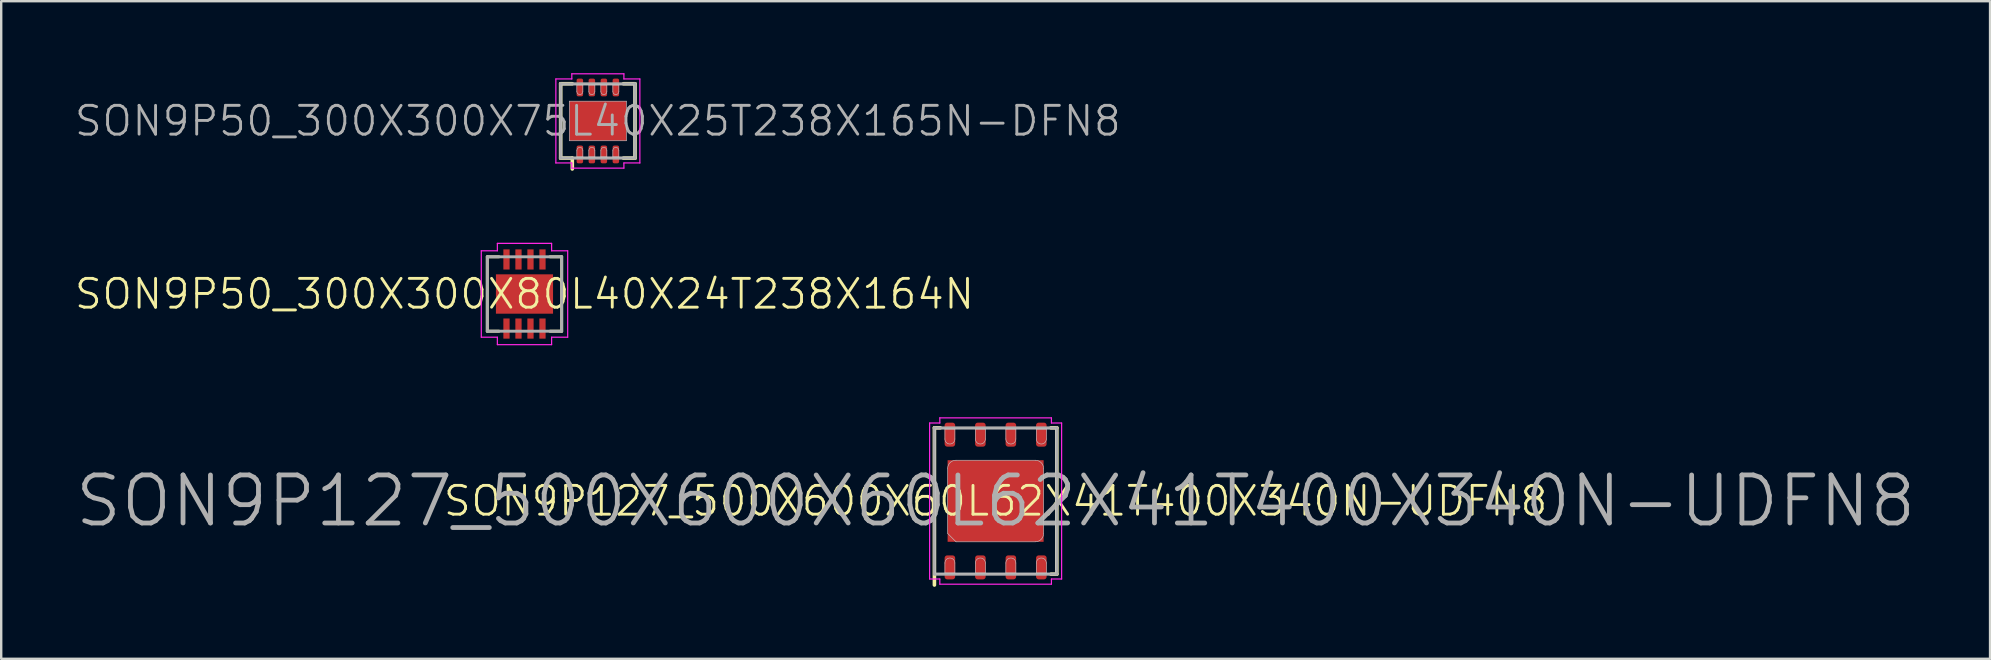
<source format=kicad_pcb>
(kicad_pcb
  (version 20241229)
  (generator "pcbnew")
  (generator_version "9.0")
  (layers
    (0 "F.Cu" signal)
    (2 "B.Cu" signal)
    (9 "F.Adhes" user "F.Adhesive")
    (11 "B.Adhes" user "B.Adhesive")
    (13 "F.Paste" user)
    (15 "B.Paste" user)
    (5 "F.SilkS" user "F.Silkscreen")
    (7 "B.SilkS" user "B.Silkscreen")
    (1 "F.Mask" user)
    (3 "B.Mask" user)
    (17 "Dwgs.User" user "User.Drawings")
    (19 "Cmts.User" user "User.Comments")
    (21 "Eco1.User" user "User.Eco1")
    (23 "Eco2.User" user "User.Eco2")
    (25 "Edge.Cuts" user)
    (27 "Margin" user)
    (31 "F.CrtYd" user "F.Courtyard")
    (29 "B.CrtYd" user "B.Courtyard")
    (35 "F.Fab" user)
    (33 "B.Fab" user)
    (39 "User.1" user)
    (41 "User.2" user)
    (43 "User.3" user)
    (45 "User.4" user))
  (footprint "SON9P50_300X300X80L40X24T238X164N"
    (layer "F.Cu")
    (at 18.803 9.2)
    (property "Reference" "SON9P50_300X300X80L40X24T238X164N" (at 0 0 0) (layer "F.SilkS") (effects (font (size 1.2 1.2) (thickness 0.12))))
    (attr smd)
    (fp_line (start -1.55 -1.55) (end -1.06 -1.55) (stroke (width 0.12) (type solid)) (layer "F.SilkS"))
    (fp_line (start -1.55 1.55) (end -1.55 -1.55) (stroke (width 0.12) (type solid)) (layer "F.SilkS"))
    (fp_line (start -1.06 1.55) (end -1.55 1.55) (stroke (width 0.12) (type solid)) (layer "F.SilkS"))
    (fp_line (start 1.06 1.55) (end 1.55 1.55) (stroke (width 0.12) (type solid)) (layer "F.SilkS"))
    (fp_line (start 1.55 -1.55) (end 1.06 -1.55) (stroke (width 0.12) (type solid)) (layer "F.SilkS"))
    (fp_line (start 1.55 1.55) (end 1.55 -1.55) (stroke (width 0.12) (type solid)) (layer "F.SilkS"))
    (fp_line (start -1.8 -1.8) (end -1.8 1.8) (stroke (width 0.05) (type solid)) (layer "F.CrtYd"))
    (fp_line (start -1.8 1.8) (end -1.13 1.8) (stroke (width 0.05) (type solid)) (layer "F.CrtYd"))
    (fp_line (start -1.13 -2.11) (end -1.13 -1.8) (stroke (width 0.05) (type solid)) (layer "F.CrtYd"))
    (fp_line (start -1.13 -1.8) (end -1.8 -1.8) (stroke (width 0.05) (type solid)) (layer "F.CrtYd"))
    (fp_line (start -1.13 1.8) (end -1.13 2.11) (stroke (width 0.05) (type solid)) (layer "F.CrtYd"))
    (fp_line (start -1.13 2.11) (end 1.13 2.11) (stroke (width 0.05) (type solid)) (layer "F.CrtYd"))
    (fp_line (start 1.13 -2.11) (end -1.13 -2.11) (stroke (width 0.05) (type solid)) (layer "F.CrtYd"))
    (fp_line (start 1.13 -1.8) (end 1.13 -2.11) (stroke (width 0.05) (type solid)) (layer "F.CrtYd"))
    (fp_line (start 1.13 1.8) (end 1.8 1.8) (stroke (width 0.05) (type solid)) (layer "F.CrtYd"))
    (fp_line (start 1.13 2.11) (end 1.13 1.8) (stroke (width 0.05) (type solid)) (layer "F.CrtYd"))
    (fp_line (start 1.8 -1.8) (end 1.13 -1.8) (stroke (width 0.05) (type solid)) (layer "F.CrtYd"))
    (fp_line (start 1.8 1.8) (end 1.8 -1.8) (stroke (width 0.05) (type solid)) (layer "F.CrtYd"))
    (fp_line (start -1.55 -1.55) (end 1.55 -1.55) (stroke (width 0.12) (type solid)) (layer "F.Fab"))
    (fp_line (start -1.55 1.55) (end -1.55 -1.55) (stroke (width 0.12) (type solid)) (layer "F.Fab"))
    (fp_line (start 1.55 -1.55) (end 1.55 1.55) (stroke (width 0.12) (type solid)) (layer "F.Fab"))
    (fp_line (start 1.55 1.55) (end -1.55 1.55) (stroke (width 0.12) (type solid)) (layer "F.Fab"))
    (pad "1" smd rect (at -0.75 1.44 90) (size 0.84 0.26) (layers "F.Cu" "F.Mask" "F.Paste"))
    (pad "2" smd rect (at -0.25 1.44 90) (size 0.84 0.26) (layers "F.Cu" "F.Mask" "F.Paste"))
    (pad "3" smd rect (at 0.25 1.44 90) (size 0.84 0.26) (layers "F.Cu" "F.Mask" "F.Paste"))
    (pad "4" smd rect (at 0.75 1.44 90) (size 0.84 0.26) (layers "F.Cu" "F.Mask" "F.Paste"))
    (pad "5" smd rect (at 0.75 -1.44 90) (size 0.84 0.26) (layers "F.Cu" "F.Mask" "F.Paste"))
    (pad "6" smd rect (at 0.25 -1.44 90) (size 0.84 0.26) (layers "F.Cu" "F.Mask" "F.Paste"))
    (pad "7" smd rect (at -0.25 -1.44 90) (size 0.84 0.26) (layers "F.Cu" "F.Mask" "F.Paste"))
    (pad "8" smd rect (at -0.75 -1.44 90) (size 0.84 0.26) (layers "F.Cu" "F.Mask" "F.Paste"))
    (pad "9" smd rect (at 0 0 90) (size 1.64 2.38) (layers "F.Cu" "F.Mask")))
  (footprint "SON9P127_500X600X60L62X41T400X340N-UDFN8"
    (layer "F.Cu")
    (at 38.433 17.825)
    (property "Reference" "SON9P127_500X600X60L62X41T400X340N-UDFN8" (at 0 0 0) (layer "F.SilkS") (effects (font (size 1.2 1.2) (thickness 0.12))))
    (attr smd)
    (fp_line (start -2.55 -3.05) (end -2.305 -3.05) (stroke (width 0.15) (type solid)) (layer "F.SilkS"))
    (fp_line (start -2.55 3.5) (end -2.55 -3.05) (stroke (width 0.15) (type solid)) (layer "F.SilkS"))
    (fp_line (start 2.305 3.05) (end 2.55 3.05) (stroke (width 0.15) (type solid)) (layer "F.SilkS"))
    (fp_line (start 2.55 -3.05) (end 2.305 -3.05) (stroke (width 0.15) (type solid)) (layer "F.SilkS"))
    (fp_line (start 2.55 3.05) (end 2.55 -3.05) (stroke (width 0.15) (type solid)) (layer "F.SilkS"))
    (fp_line (start -2.5 -3) (end 2.5 -3) (stroke (width 0.025) (type solid)) (layer "Dwgs.User"))
    (fp_line (start -2.5 3) (end -2.5 -3) (stroke (width 0.025) (type solid)) (layer "Dwgs.User"))
    (fp_line (start -2.112 -3) (end -2.112 -2.583) (stroke (width 0.025) (type solid)) (layer "Dwgs.User"))
    (fp_line (start -2.112 2.583) (end -2.112 3) (stroke (width 0.025) (type solid)) (layer "Dwgs.User"))
    (fp_line (start -2.112 3) (end -1.698 3) (stroke (width 0.025) (type solid)) (layer "Dwgs.User"))
    (fp_line (start -2 -1.35) (end -2 1.35) (stroke (width 0.025) (type solid)) (layer "Dwgs.User"))
    (fp_line (start -2 1.35) (end -1.65 1.7) (stroke (width 0.025) (type solid)) (layer "Dwgs.User"))
    (fp_line (start -1.698 -3) (end -2.112 -3) (stroke (width 0.025) (type solid)) (layer "Dwgs.User"))
    (fp_line (start -1.698 -2.583) (end -1.698 -3) (stroke (width 0.025) (type solid)) (layer "Dwgs.User"))
    (fp_line (start -1.698 3) (end -1.698 2.583) (stroke (width 0.025) (type solid)) (layer "Dwgs.User"))
    (fp_line (start -1.65 1.7) (end 1.65 1.7) (stroke (width 0.025) (type solid)) (layer "Dwgs.User"))
    (fp_line (start -0.843 -3) (end -0.843 -2.583) (stroke (width 0.025) (type solid)) (layer "Dwgs.User"))
    (fp_line (start -0.843 2.583) (end -0.843 3) (stroke (width 0.025) (type solid)) (layer "Dwgs.User"))
    (fp_line (start -0.843 3) (end -0.427 3) (stroke (width 0.025) (type solid)) (layer "Dwgs.User"))
    (fp_line (start -0.427 -3) (end -0.843 -3) (stroke (width 0.025) (type solid)) (layer "Dwgs.User"))
    (fp_line (start -0.427 -2.583) (end -0.427 -3) (stroke (width 0.025) (type solid)) (layer "Dwgs.User"))
    (fp_line (start -0.427 3) (end -0.427 2.583) (stroke (width 0.025) (type solid)) (layer "Dwgs.User"))
    (fp_line (start 0.427 -3) (end 0.427 -2.583) (stroke (width 0.025) (type solid)) (layer "Dwgs.User"))
    (fp_line (start 0.427 2.583) (end 0.427 3) (stroke (width 0.025) (type solid)) (layer "Dwgs.User"))
    (fp_line (start 0.427 3) (end 0.843 3) (stroke (width 0.025) (type solid)) (layer "Dwgs.User"))
    (fp_line (start 0.843 -3) (end 0.427 -3) (stroke (width 0.025) (type solid)) (layer "Dwgs.User"))
    (fp_line (start 0.843 -2.583) (end 0.843 -3) (stroke (width 0.025) (type solid)) (layer "Dwgs.User"))
    (fp_line (start 0.843 3) (end 0.843 2.583) (stroke (width 0.025) (type solid)) (layer "Dwgs.User"))
    (fp_line (start 1.65 -1.7) (end -1.65 -1.7) (stroke (width 0.025) (type solid)) (layer "Dwgs.User"))
    (fp_line (start 1.698 -3) (end 1.698 -2.583) (stroke (width 0.025) (type solid)) (layer "Dwgs.User"))
    (fp_line (start 1.698 2.583) (end 1.698 3) (stroke (width 0.025) (type solid)) (layer "Dwgs.User"))
    (fp_line (start 1.698 3) (end 2.112 3) (stroke (width 0.025) (type solid)) (layer "Dwgs.User"))
    (fp_line (start 2 1.35) (end 2 -1.35) (stroke (width 0.025) (type solid)) (layer "Dwgs.User"))
    (fp_line (start 2.112 -3) (end 1.698 -3) (stroke (width 0.025) (type solid)) (layer "Dwgs.User"))
    (fp_line (start 2.112 -2.583) (end 2.112 -3) (stroke (width 0.025) (type solid)) (layer "Dwgs.User"))
    (fp_line (start 2.112 3) (end 2.112 2.583) (stroke (width 0.025) (type solid)) (layer "Dwgs.User"))
    (fp_line (start 2.5 -3) (end 2.5 3) (stroke (width 0.025) (type solid)) (layer "Dwgs.User"))
    (fp_line (start 2.5 3) (end -2.5 3) (stroke (width 0.025) (type solid)) (layer "Dwgs.User"))
    (fp_arc (start -2.1125 2.5825) (mid -1.905 2.375) (end -1.6975 2.5825) (stroke (width 0.025) (type solid)) (layer "Dwgs.User"))
    (fp_arc (start -2 -1.35) (mid -1.897487 -1.597487) (end -1.65 -1.7) (stroke (width 0.025) (type solid)) (layer "Dwgs.User"))
    (fp_arc (start -1.6975 -2.5825) (mid -1.905 -2.375) (end -2.1125 -2.5825) (stroke (width 0.025) (type solid)) (layer "Dwgs.User"))
    (fp_arc (start -0.8425 2.5825) (mid -0.635 2.375) (end -0.4275 2.5825) (stroke (width 0.025) (type solid)) (layer "Dwgs.User"))
    (fp_arc (start -0.4275 -2.5825) (mid -0.635 -2.375) (end -0.8425 -2.5825) (stroke (width 0.025) (type solid)) (layer "Dwgs.User"))
    (fp_arc (start 0.4275 2.5825) (mid 0.635 2.375) (end 0.8425 2.5825) (stroke (width 0.025) (type solid)) (layer "Dwgs.User"))
    (fp_arc (start 0.8425 -2.5825) (mid 0.635 -2.375) (end 0.4275 -2.5825) (stroke (width 0.025) (type solid)) (layer "Dwgs.User"))
    (fp_arc (start 1.65 -1.7) (mid 1.897487 -1.597487) (end 2 -1.35) (stroke (width 0.025) (type solid)) (layer "Dwgs.User"))
    (fp_arc (start 1.6975 2.5825) (mid 1.905 2.375) (end 2.1125 2.5825) (stroke (width 0.025) (type solid)) (layer "Dwgs.User"))
    (fp_arc (start 2 1.35) (mid 1.897487 1.597487) (end 1.65 1.7) (stroke (width 0.025) (type solid)) (layer "Dwgs.User"))
    (fp_arc (start 2.1125 -2.5825) (mid 1.905 -2.375) (end 1.6975 -2.5825) (stroke (width 0.025) (type solid)) (layer "Dwgs.User"))
    (fp_line (start -2.75 -3.25) (end -2.75 3.25) (stroke (width 0.05) (type solid)) (layer "F.CrtYd"))
    (fp_line (start -2.75 3.25) (end -2.325 3.25) (stroke (width 0.05) (type solid)) (layer "F.CrtYd"))
    (fp_line (start -2.325 -3.465) (end -2.325 -3.25) (stroke (width 0.05) (type solid)) (layer "F.CrtYd"))
    (fp_line (start -2.325 -3.25) (end -2.75 -3.25) (stroke (width 0.05) (type solid)) (layer "F.CrtYd"))
    (fp_line (start -2.325 3.25) (end -2.325 3.465) (stroke (width 0.05) (type solid)) (layer "F.CrtYd"))
    (fp_line (start -2.325 3.465) (end 2.325 3.465) (stroke (width 0.05) (type solid)) (layer "F.CrtYd"))
    (fp_line (start 2.325 -3.465) (end -2.325 -3.465) (stroke (width 0.05) (type solid)) (layer "F.CrtYd"))
    (fp_line (start 2.325 -3.25) (end 2.325 -3.465) (stroke (width 0.05) (type solid)) (layer "F.CrtYd"))
    (fp_line (start 2.325 3.25) (end 2.75 3.25) (stroke (width 0.05) (type solid)) (layer "F.CrtYd"))
    (fp_line (start 2.325 3.465) (end 2.325 3.25) (stroke (width 0.05) (type solid)) (layer "F.CrtYd"))
    (fp_line (start 2.75 -3.25) (end 2.325 -3.25) (stroke (width 0.05) (type solid)) (layer "F.CrtYd"))
    (fp_line (start 2.75 3.25) (end 2.75 -3.25) (stroke (width 0.05) (type solid)) (layer "F.CrtYd"))
    (fp_line (start -2.55 -3.05) (end 2.55 -3.05) (stroke (width 0.12) (type solid)) (layer "F.Fab"))
    (fp_line (start -2.55 3.05) (end -2.55 -3.05) (stroke (width 0.12) (type solid)) (layer "F.Fab"))
    (fp_line (start 2.55 -3.05) (end 2.55 3.05) (stroke (width 0.12) (type solid)) (layer "F.Fab"))
    (fp_line (start 2.55 3.05) (end -2.55 3.05) (stroke (width 0.12) (type solid)) (layer "F.Fab"))
    (fp_text user "${REFERENCE}" (at 0 0 0) (layer "F.Fab") (effects (font (size 2 2) (thickness 0.2))))
    (pad "" smd roundrect (at -1 -0.85 90) (size 1.2 1.5) (layers "F.Paste") (roundrect_rratio 0.25))
    (pad "" smd roundrect (at -1 0.85 90) (size 1.2 1.5) (layers "F.Paste") (roundrect_rratio 0.25))
    (pad "" smd roundrect (at 1 -0.85 90) (size 1.2 1.5) (layers "F.Paste") (roundrect_rratio 0.25))
    (pad "" smd roundrect (at 1 0.85 90) (size 1.2 1.5) (layers "F.Paste") (roundrect_rratio 0.25))
    (pad "1" smd roundrect (at -1.905 2.765 90) (size 1 0.44) (layers "F.Cu" "F.Mask" "F.Paste") (roundrect_rratio 0.25))
    (pad "2" smd roundrect (at -0.635 2.765 90) (size 1 0.44) (layers "F.Cu" "F.Mask" "F.Paste") (roundrect_rratio 0.25))
    (pad "3" smd roundrect (at 0.635 2.765 90) (size 1 0.44) (layers "F.Cu" "F.Mask" "F.Paste") (roundrect_rratio 0.25))
    (pad "4" smd roundrect (at 1.905 2.765 90) (size 1 0.44) (layers "F.Cu" "F.Mask" "F.Paste") (roundrect_rratio 0.25))
    (pad "5" smd roundrect (at 1.905 -2.765 90) (size 1 0.44) (layers "F.Cu" "F.Mask" "F.Paste") (roundrect_rratio 0.25))
    (pad "6" smd roundrect (at 0.635 -2.765 90) (size 1 0.44) (layers "F.Cu" "F.Mask" "F.Paste") (roundrect_rratio 0.25))
    (pad "7" smd roundrect (at -0.635 -2.765 90) (size 1 0.44) (layers "F.Cu" "F.Mask" "F.Paste") (roundrect_rratio 0.25))
    (pad "8" smd roundrect (at -1.905 -2.765 90) (size 1 0.44) (layers "F.Cu" "F.Mask" "F.Paste") (roundrect_rratio 0.25))
    (pad "9" smd rect (at 0 0 90) (size 3.4 4) (layers "F.Cu" "F.Mask")))
  (footprint "SON9P50_300X300X75L40X25T238X165N-DFN8"
    (layer "F.Cu")
    (at 21.86 1.99)
    (property "Reference" "SON9P50_300X300X75L40X25T238X165N-DFN8" (at 0 0 0) (layer "F.Fab") (effects (font (size 1.2 1.2) (thickness 0.12))))
    (attr smd)
    (fp_line (start -1.55 -1.55) (end -1.065 -1.55) (stroke (width 0.15) (type solid)) (layer "F.SilkS"))
    (fp_line (start -1.55 1.55) (end -1.55 -1.55) (stroke (width 0.15) (type solid)) (layer "F.SilkS"))
    (fp_line (start -1.065 1.55) (end -1.55 1.55) (stroke (width 0.15) (type solid)) (layer "F.SilkS"))
    (fp_line (start -1.065 1.55) (end -1.065 2) (stroke (width 0.15) (type solid)) (layer "F.SilkS"))
    (fp_line (start 1.065 1.55) (end 1.55 1.55) (stroke (width 0.15) (type solid)) (layer "F.SilkS"))
    (fp_line (start 1.55 -1.55) (end 1.065 -1.55) (stroke (width 0.15) (type solid)) (layer "F.SilkS"))
    (fp_line (start 1.55 1.55) (end 1.55 -1.55) (stroke (width 0.15) (type solid)) (layer "F.SilkS"))
    (fp_line (start -1.5 -1.5) (end 1.5 -1.5) (stroke (width 0.025) (type solid)) (layer "Dwgs.User"))
    (fp_line (start -1.5 1.5) (end -1.5 -1.5) (stroke (width 0.025) (type solid)) (layer "Dwgs.User"))
    (fp_line (start -1.19 -0.825) (end 1.19 -0.825) (stroke (width 0.025) (type solid)) (layer "Dwgs.User"))
    (fp_line (start -1.19 0.825) (end -1.19 -0.825) (stroke (width 0.025) (type solid)) (layer "Dwgs.User"))
    (fp_line (start -0.875 -1.5) (end -0.875 -1.225) (stroke (width 0.025) (type solid)) (layer "Dwgs.User"))
    (fp_line (start -0.875 1.225) (end -0.875 1.5) (stroke (width 0.025) (type solid)) (layer "Dwgs.User"))
    (fp_line (start -0.875 1.5) (end -0.625 1.5) (stroke (width 0.025) (type solid)) (layer "Dwgs.User"))
    (fp_line (start -0.625 -1.5) (end -0.875 -1.5) (stroke (width 0.025) (type solid)) (layer "Dwgs.User"))
    (fp_line (start -0.625 -1.225) (end -0.625 -1.5) (stroke (width 0.025) (type solid)) (layer "Dwgs.User"))
    (fp_line (start -0.625 1.5) (end -0.625 1.225) (stroke (width 0.025) (type solid)) (layer "Dwgs.User"))
    (fp_line (start -0.375 -1.5) (end -0.375 -1.225) (stroke (width 0.025) (type solid)) (layer "Dwgs.User"))
    (fp_line (start -0.375 1.225) (end -0.375 1.5) (stroke (width 0.025) (type solid)) (layer "Dwgs.User"))
    (fp_line (start -0.375 1.5) (end -0.125 1.5) (stroke (width 0.025) (type solid)) (layer "Dwgs.User"))
    (fp_line (start -0.125 -1.5) (end -0.375 -1.5) (stroke (width 0.025) (type solid)) (layer "Dwgs.User"))
    (fp_line (start -0.125 -1.225) (end -0.125 -1.5) (stroke (width 0.025) (type solid)) (layer "Dwgs.User"))
    (fp_line (start -0.125 1.5) (end -0.125 1.225) (stroke (width 0.025) (type solid)) (layer "Dwgs.User"))
    (fp_line (start 0.125 -1.5) (end 0.125 -1.225) (stroke (width 0.025) (type solid)) (layer "Dwgs.User"))
    (fp_line (start 0.125 1.225) (end 0.125 1.5) (stroke (width 0.025) (type solid)) (layer "Dwgs.User"))
    (fp_line (start 0.125 1.5) (end 0.375 1.5) (stroke (width 0.025) (type solid)) (layer "Dwgs.User"))
    (fp_line (start 0.375 -1.5) (end 0.125 -1.5) (stroke (width 0.025) (type solid)) (layer "Dwgs.User"))
    (fp_line (start 0.375 -1.225) (end 0.375 -1.5) (stroke (width 0.025) (type solid)) (layer "Dwgs.User"))
    (fp_line (start 0.375 1.5) (end 0.375 1.225) (stroke (width 0.025) (type solid)) (layer "Dwgs.User"))
    (fp_line (start 0.625 -1.5) (end 0.625 -1.225) (stroke (width 0.025) (type solid)) (layer "Dwgs.User"))
    (fp_line (start 0.625 1.225) (end 0.625 1.5) (stroke (width 0.025) (type solid)) (layer "Dwgs.User"))
    (fp_line (start 0.625 1.5) (end 0.875 1.5) (stroke (width 0.025) (type solid)) (layer "Dwgs.User"))
    (fp_line (start 0.875 -1.5) (end 0.625 -1.5) (stroke (width 0.025) (type solid)) (layer "Dwgs.User"))
    (fp_line (start 0.875 -1.225) (end 0.875 -1.5) (stroke (width 0.025) (type solid)) (layer "Dwgs.User"))
    (fp_line (start 0.875 1.5) (end 0.875 1.225) (stroke (width 0.025) (type solid)) (layer "Dwgs.User"))
    (fp_line (start 1.19 -0.825) (end 1.19 0.825) (stroke (width 0.025) (type solid)) (layer "Dwgs.User"))
    (fp_line (start 1.19 0.825) (end -1.19 0.825) (stroke (width 0.025) (type solid)) (layer "Dwgs.User"))
    (fp_line (start 1.5 -1.5) (end 1.5 1.5) (stroke (width 0.025) (type solid)) (layer "Dwgs.User"))
    (fp_line (start 1.5 1.5) (end -1.5 1.5) (stroke (width 0.025) (type solid)) (layer "Dwgs.User"))
    (fp_arc (start -0.875 1.225) (mid -0.75 1.1) (end -0.625 1.225) (stroke (width 0.025) (type solid)) (layer "Dwgs.User"))
    (fp_arc (start -0.625 -1.225) (mid -0.75 -1.1) (end -0.875 -1.225) (stroke (width 0.025) (type solid)) (layer "Dwgs.User"))
    (fp_arc (start -0.375 1.225) (mid -0.25 1.1) (end -0.125 1.225) (stroke (width 0.025) (type solid)) (layer "Dwgs.User"))
    (fp_arc (start -0.125 -1.225) (mid -0.25 -1.1) (end -0.375 -1.225) (stroke (width 0.025) (type solid)) (layer "Dwgs.User"))
    (fp_arc (start 0.125 1.225) (mid 0.25 1.1) (end 0.375 1.225) (stroke (width 0.025) (type solid)) (layer "Dwgs.User"))
    (fp_arc (start 0.375 -1.225) (mid 0.25 -1.1) (end 0.125 -1.225) (stroke (width 0.025) (type solid)) (layer "Dwgs.User"))
    (fp_arc (start 0.625 1.225) (mid 0.75 1.1) (end 0.875 1.225) (stroke (width 0.025) (type solid)) (layer "Dwgs.User"))
    (fp_arc (start 0.875 -1.225) (mid 0.75 -1.1) (end 0.625 -1.225) (stroke (width 0.025) (type solid)) (layer "Dwgs.User"))
    (fp_line (start -1.75 -1.75) (end -1.75 1.75) (stroke (width 0.05) (type solid)) (layer "F.CrtYd"))
    (fp_line (start -1.75 1.75) (end -1.085 1.75) (stroke (width 0.05) (type solid)) (layer "F.CrtYd"))
    (fp_line (start -1.085 -1.965) (end -1.085 -1.75) (stroke (width 0.05) (type solid)) (layer "F.CrtYd"))
    (fp_line (start -1.085 -1.75) (end -1.75 -1.75) (stroke (width 0.05) (type solid)) (layer "F.CrtYd"))
    (fp_line (start -1.085 1.75) (end -1.085 1.965) (stroke (width 0.05) (type solid)) (layer "F.CrtYd"))
    (fp_line (start -1.085 1.965) (end 1.085 1.965) (stroke (width 0.05) (type solid)) (layer "F.CrtYd"))
    (fp_line (start 1.085 -1.965) (end -1.085 -1.965) (stroke (width 0.05) (type solid)) (layer "F.CrtYd"))
    (fp_line (start 1.085 -1.75) (end 1.085 -1.965) (stroke (width 0.05) (type solid)) (layer "F.CrtYd"))
    (fp_line (start 1.085 1.75) (end 1.75 1.75) (stroke (width 0.05) (type solid)) (layer "F.CrtYd"))
    (fp_line (start 1.085 1.965) (end 1.085 1.75) (stroke (width 0.05) (type solid)) (layer "F.CrtYd"))
    (fp_line (start 1.75 -1.75) (end 1.085 -1.75) (stroke (width 0.05) (type solid)) (layer "F.CrtYd"))
    (fp_line (start 1.75 1.75) (end 1.75 -1.75) (stroke (width 0.05) (type solid)) (layer "F.CrtYd"))
    (fp_line (start -1.55 -1.55) (end 1.55 -1.55) (stroke (width 0.12) (type solid)) (layer "F.Fab"))
    (fp_line (start -1.55 1.55) (end -1.55 -1.55) (stroke (width 0.12) (type solid)) (layer "F.Fab"))
    (fp_line (start 1.55 -1.55) (end 1.55 1.55) (stroke (width 0.12) (type solid)) (layer "F.Fab"))
    (fp_line (start 1.55 1.55) (end -1.55 1.55) (stroke (width 0.12) (type solid)) (layer "F.Fab"))
    (pad "" smd roundrect (at -0.595 -0.41 90) (size 0.54 0.91) (layers "F.Paste") (roundrect_rratio 0.25))
    (pad "" smd roundrect (at -0.595 0.41 90) (size 0.54 0.91) (layers "F.Paste") (roundrect_rratio 0.25))
    (pad "" smd roundrect (at 0.595 -0.41 90) (size 0.54 0.91) (layers "F.Paste") (roundrect_rratio 0.25))
    (pad "" smd roundrect (at 0.595 0.41 90) (size 0.54 0.91) (layers "F.Paste") (roundrect_rratio 0.25))
    (pad "1" smd roundrect (at -0.75 1.395 90) (size 0.74 0.27) (layers "F.Cu" "F.Mask" "F.Paste") (roundrect_rratio 0.259))
    (pad "2" smd roundrect (at -0.25 1.395 90) (size 0.74 0.27) (layers "F.Cu" "F.Mask" "F.Paste") (roundrect_rratio 0.259))
    (pad "3" smd roundrect (at 0.25 1.395 90) (size 0.74 0.27) (layers "F.Cu" "F.Mask" "F.Paste") (roundrect_rratio 0.259))
    (pad "4" smd roundrect (at 0.75 1.395 90) (size 0.74 0.27) (layers "F.Cu" "F.Mask" "F.Paste") (roundrect_rratio 0.259))
    (pad "5" smd roundrect (at 0.75 -1.395 90) (size 0.74 0.27) (layers "F.Cu" "F.Mask" "F.Paste") (roundrect_rratio 0.259))
    (pad "6" smd roundrect (at 0.25 -1.395 90) (size 0.74 0.27) (layers "F.Cu" "F.Mask" "F.Paste") (roundrect_rratio 0.259))
    (pad "7" smd roundrect (at -0.25 -1.395 90) (size 0.74 0.27) (layers "F.Cu" "F.Mask" "F.Paste") (roundrect_rratio 0.259))
    (pad "8" smd roundrect (at -0.75 -1.395 90) (size 0.74 0.27) (layers "F.Cu" "F.Mask" "F.Paste") (roundrect_rratio 0.259))
    (pad "9" smd rect (at 0 0 90) (size 1.65 2.38) (layers "F.Cu" "F.Mask")))
  (gr_rect
    (start -3 -3)
    (end 79.867 24.4)
    (stroke (width 0.1) (type default))
    (fill no)
    (layer "Edge.Cuts")))
</source>
